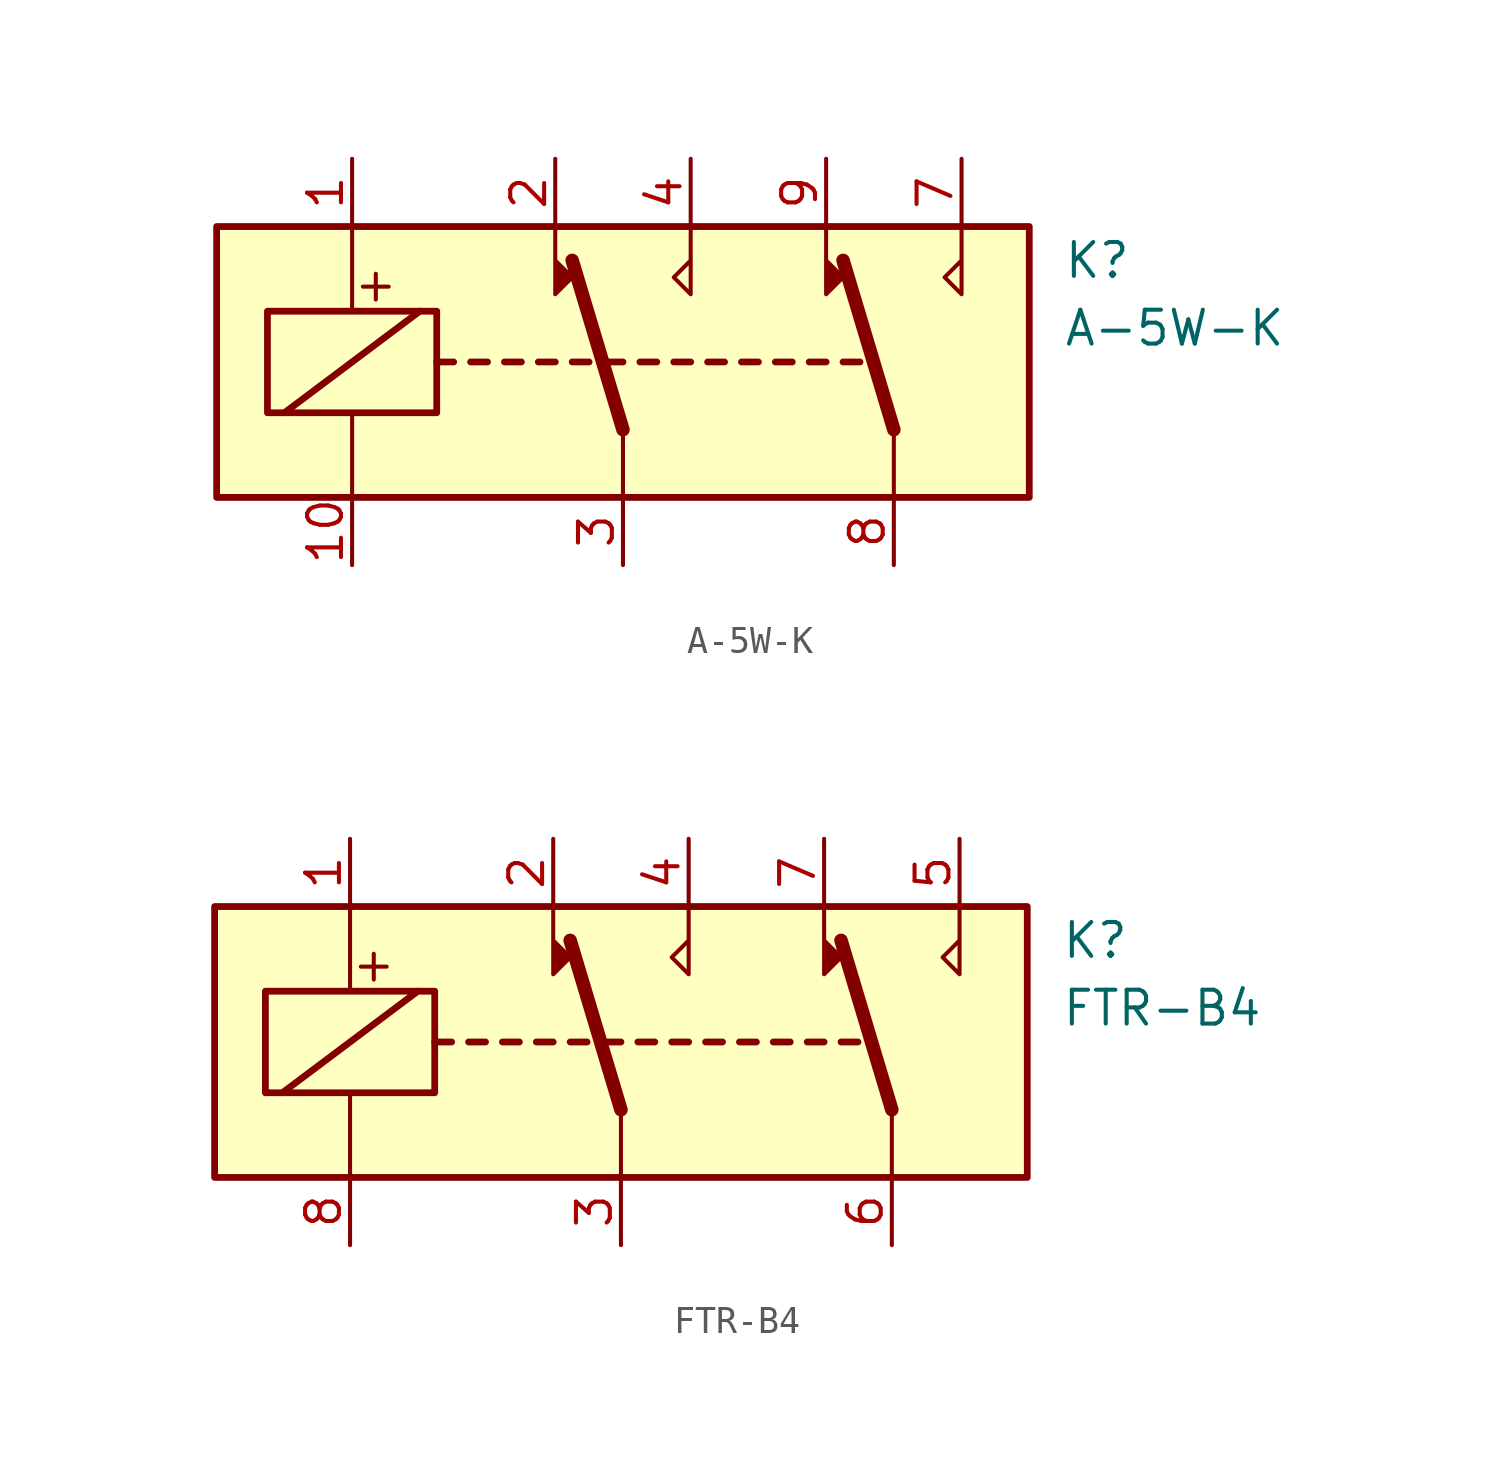
<source format=kicad_sym>
(kicad_symbol_lib
  (version 20220914)
  (generator kicad_symbol_editor)
  (symbol "A-5W-K"
    (property "Reference" "K"
      (at 16.51 3.81 0)
      (effects (font (size 1.27 1.27)) (justify left)))
    (property "Value" "A-5W-K"
      (at 16.51 1.27 0)
      (effects (font (size 1.27 1.27)) (justify left)))
    (symbol "A-5W-K_0_0"
      (text "+" (at -9.271 2.921 0) (effects (font (size 1.27 1.27)))))
    (symbol "A-5W-K_0_1"
      (rectangle (start -15.24 5.08) (end 15.24 -5.08) (stroke (width 0.254) (type default)) (fill (type background)))
      (rectangle (start -13.335 1.905) (end -6.985 -1.905) (stroke (width 0.254) (type default)) (fill (type none)))
      (polyline (pts (xy -12.7 -1.905) (xy -7.62 1.905)) (stroke (width 0.254) (type default)) (fill (type none)))
      (polyline (pts (xy -10.16 -5.08) (xy -10.16 -1.905)) (stroke (width 0) (type default)) (fill (type none)))
      (polyline (pts (xy -10.16 5.08) (xy -10.16 1.905)) (stroke (width 0) (type default)) (fill (type none)))
      (polyline (pts (xy -6.985 0) (xy -6.35 0)) (stroke (width 0.254) (type default)) (fill (type none)))
      (polyline (pts (xy -5.715 0) (xy -5.08 0)) (stroke (width 0.254) (type default)) (fill (type none)))
      (polyline (pts (xy -4.445 0) (xy -3.81 0)) (stroke (width 0.254) (type default)) (fill (type none)))
      (polyline (pts (xy -3.175 0) (xy -2.54 0)) (stroke (width 0.254) (type default)) (fill (type none)))
      (polyline (pts (xy -1.905 0) (xy -1.27 0)) (stroke (width 0.254) (type default)) (fill (type none)))
      (polyline (pts (xy -0.635 0) (xy 0 0)) (stroke (width 0.254) (type default)) (fill (type none)))
      (polyline (pts (xy 0 -2.54) (xy -1.905 3.81)) (stroke (width 0.508) (type default)) (fill (type none)))
      (polyline (pts (xy 0 -2.54) (xy 0 -5.08)) (stroke (width 0) (type default)) (fill (type none)))
      (polyline (pts (xy 0.635 0) (xy 1.27 0)) (stroke (width 0.254) (type default)) (fill (type none)))
      (polyline (pts (xy 1.905 0) (xy 2.54 0)) (stroke (width 0.254) (type default)) (fill (type none)))
      (polyline (pts (xy 3.175 0) (xy 3.81 0)) (stroke (width 0.254) (type default)) (fill (type none)))
      (polyline (pts (xy 4.445 0) (xy 5.08 0)) (stroke (width 0.254) (type default)) (fill (type none)))
      (polyline (pts (xy 5.715 0) (xy 6.35 0)) (stroke (width 0.254) (type default)) (fill (type none)))
      (polyline (pts (xy 6.985 0) (xy 7.62 0)) (stroke (width 0.254) (type default)) (fill (type none)))
      (polyline (pts (xy 8.255 0) (xy 8.89 0)) (stroke (width 0.254) (type default)) (fill (type none)))
      (polyline (pts (xy 10.16 -2.54) (xy 8.255 3.81)) (stroke (width 0.508) (type default)) (fill (type none)))
      (polyline (pts (xy 10.16 -2.54) (xy 10.16 -5.08)) (stroke (width 0) (type default)) (fill (type none)))
      (polyline (pts (xy -2.54 5.08) (xy -2.54 2.54) (xy -1.905 3.175) (xy -2.54 3.81)) (stroke (width 0) (type default)) (fill (type outline)))
      (polyline (pts (xy 2.54 5.08) (xy 2.54 2.54) (xy 1.905 3.175) (xy 2.54 3.81)) (stroke (width 0) (type default)) (fill (type none)))
      (polyline (pts (xy 7.62 5.08) (xy 7.62 2.54) (xy 8.255 3.175) (xy 7.62 3.81)) (stroke (width 0) (type default)) (fill (type outline)))
      (polyline (pts (xy 12.7 5.08) (xy 12.7 2.54) (xy 12.065 3.175) (xy 12.7 3.81)) (stroke (width 0) (type default)) (fill (type none))))
    (symbol "A-5W-K_1_1"
      (pin passive line (at -10.16 7.62 270) (length 2.54) (name "~" (effects (font (size 1.27 1.27)))) (number "1" (effects (font (size 1.27 1.27)))))
      (pin passive line (at -10.16 -7.62 90) (length 2.54) (name "~" (effects (font (size 1.27 1.27)))) (number "10" (effects (font (size 1.27 1.27)))))
      (pin passive line (at -2.54 7.62 270) (length 2.54) (name "~" (effects (font (size 1.27 1.27)))) (number "2" (effects (font (size 1.27 1.27)))))
      (pin passive line (at 0 -7.62 90) (length 2.54) (name "~" (effects (font (size 1.27 1.27)))) (number "3" (effects (font (size 1.27 1.27)))))
      (pin passive line (at 2.54 7.62 270) (length 2.54) (name "~" (effects (font (size 1.27 1.27)))) (number "4" (effects (font (size 1.27 1.27)))))
      (pin passive line (at 12.7 7.62 270) (length 2.54) (name "~" (effects (font (size 1.27 1.27)))) (number "7" (effects (font (size 1.27 1.27)))))
      (pin passive line (at 10.16 -7.62 90) (length 2.54) (name "~" (effects (font (size 1.27 1.27)))) (number "8" (effects (font (size 1.27 1.27)))))
      (pin passive line (at 7.62 7.62 270) (length 2.54) (name "~" (effects (font (size 1.27 1.27)))) (number "9" (effects (font (size 1.27 1.27)))))))
  (symbol "FTR-B4"
    (property "Reference" "K"
      (at 16.51 3.81 0)
      (effects (font (size 1.27 1.27)) (justify left)))
    (property "Value" "FTR-B4"
      (at 16.51 1.27 0)
      (effects (font (size 1.27 1.27)) (justify left)))
    (symbol "FTR-B4_0_0"
      (text "+" (at -9.271 2.921 0) (effects (font (size 1.27 1.27)))))
    (symbol "FTR-B4_0_1"
      (rectangle (start -15.24 5.08) (end 15.24 -5.08) (stroke (width 0.254) (type default)) (fill (type background)))
      (rectangle (start -13.335 1.905) (end -6.985 -1.905) (stroke (width 0.254) (type default)) (fill (type none)))
      (polyline (pts (xy -12.7 -1.905) (xy -7.62 1.905)) (stroke (width 0.254) (type default)) (fill (type none)))
      (polyline (pts (xy -10.16 -5.08) (xy -10.16 -1.905)) (stroke (width 0) (type default)) (fill (type none)))
      (polyline (pts (xy -10.16 5.08) (xy -10.16 1.905)) (stroke (width 0) (type default)) (fill (type none)))
      (polyline (pts (xy -6.985 0) (xy -6.35 0)) (stroke (width 0.254) (type default)) (fill (type none)))
      (polyline (pts (xy -5.715 0) (xy -5.08 0)) (stroke (width 0.254) (type default)) (fill (type none)))
      (polyline (pts (xy -4.445 0) (xy -3.81 0)) (stroke (width 0.254) (type default)) (fill (type none)))
      (polyline (pts (xy -3.175 0) (xy -2.54 0)) (stroke (width 0.254) (type default)) (fill (type none)))
      (polyline (pts (xy -1.905 0) (xy -1.27 0)) (stroke (width 0.254) (type default)) (fill (type none)))
      (polyline (pts (xy -0.635 0) (xy 0 0)) (stroke (width 0.254) (type default)) (fill (type none)))
      (polyline (pts (xy 0 -2.54) (xy -1.905 3.81)) (stroke (width 0.508) (type default)) (fill (type none)))
      (polyline (pts (xy 0 -2.54) (xy 0 -5.08)) (stroke (width 0) (type default)) (fill (type none)))
      (polyline (pts (xy 0.635 0) (xy 1.27 0)) (stroke (width 0.254) (type default)) (fill (type none)))
      (polyline (pts (xy 1.905 0) (xy 2.54 0)) (stroke (width 0.254) (type default)) (fill (type none)))
      (polyline (pts (xy 3.175 0) (xy 3.81 0)) (stroke (width 0.254) (type default)) (fill (type none)))
      (polyline (pts (xy 4.445 0) (xy 5.08 0)) (stroke (width 0.254) (type default)) (fill (type none)))
      (polyline (pts (xy 5.715 0) (xy 6.35 0)) (stroke (width 0.254) (type default)) (fill (type none)))
      (polyline (pts (xy 6.985 0) (xy 7.62 0)) (stroke (width 0.254) (type default)) (fill (type none)))
      (polyline (pts (xy 8.255 0) (xy 8.89 0)) (stroke (width 0.254) (type default)) (fill (type none)))
      (polyline (pts (xy 10.16 -2.54) (xy 8.255 3.81)) (stroke (width 0.508) (type default)) (fill (type none)))
      (polyline (pts (xy 10.16 -2.54) (xy 10.16 -5.08)) (stroke (width 0) (type default)) (fill (type none)))
      (polyline (pts (xy -2.54 5.08) (xy -2.54 2.54) (xy -1.905 3.175) (xy -2.54 3.81)) (stroke (width 0) (type default)) (fill (type outline)))
      (polyline (pts (xy 2.54 5.08) (xy 2.54 2.54) (xy 1.905 3.175) (xy 2.54 3.81)) (stroke (width 0) (type default)) (fill (type none)))
      (polyline (pts (xy 7.62 5.08) (xy 7.62 2.54) (xy 8.255 3.175) (xy 7.62 3.81)) (stroke (width 0) (type default)) (fill (type outline)))
      (polyline (pts (xy 12.7 5.08) (xy 12.7 2.54) (xy 12.065 3.175) (xy 12.7 3.81)) (stroke (width 0) (type default)) (fill (type none))))
    (symbol "FTR-B4_1_1"
      (pin passive line (at -10.16 7.62 270) (length 2.54) (name "~" (effects (font (size 1.27 1.27)))) (number "1" (effects (font (size 1.27 1.27)))))
      (pin passive line (at -2.54 7.62 270) (length 2.54) (name "~" (effects (font (size 1.27 1.27)))) (number "2" (effects (font (size 1.27 1.27)))))
      (pin passive line (at 0 -7.62 90) (length 2.54) (name "~" (effects (font (size 1.27 1.27)))) (number "3" (effects (font (size 1.27 1.27)))))
      (pin passive line (at 2.54 7.62 270) (length 2.54) (name "~" (effects (font (size 1.27 1.27)))) (number "4" (effects (font (size 1.27 1.27)))))
      (pin passive line (at 12.7 7.62 270) (length 2.54) (name "~" (effects (font (size 1.27 1.27)))) (number "5" (effects (font (size 1.27 1.27)))))
      (pin passive line (at 10.16 -7.62 90) (length 2.54) (name "~" (effects (font (size 1.27 1.27)))) (number "6" (effects (font (size 1.27 1.27)))))
      (pin passive line (at 7.62 7.62 270) (length 2.54) (name "~" (effects (font (size 1.27 1.27)))) (number "7" (effects (font (size 1.27 1.27)))))
      (pin passive line (at -10.16 -7.62 90) (length 2.54) (name "~" (effects (font (size 1.27 1.27)))) (number "8" (effects (font (size 1.27 1.27))))))))
</source>
